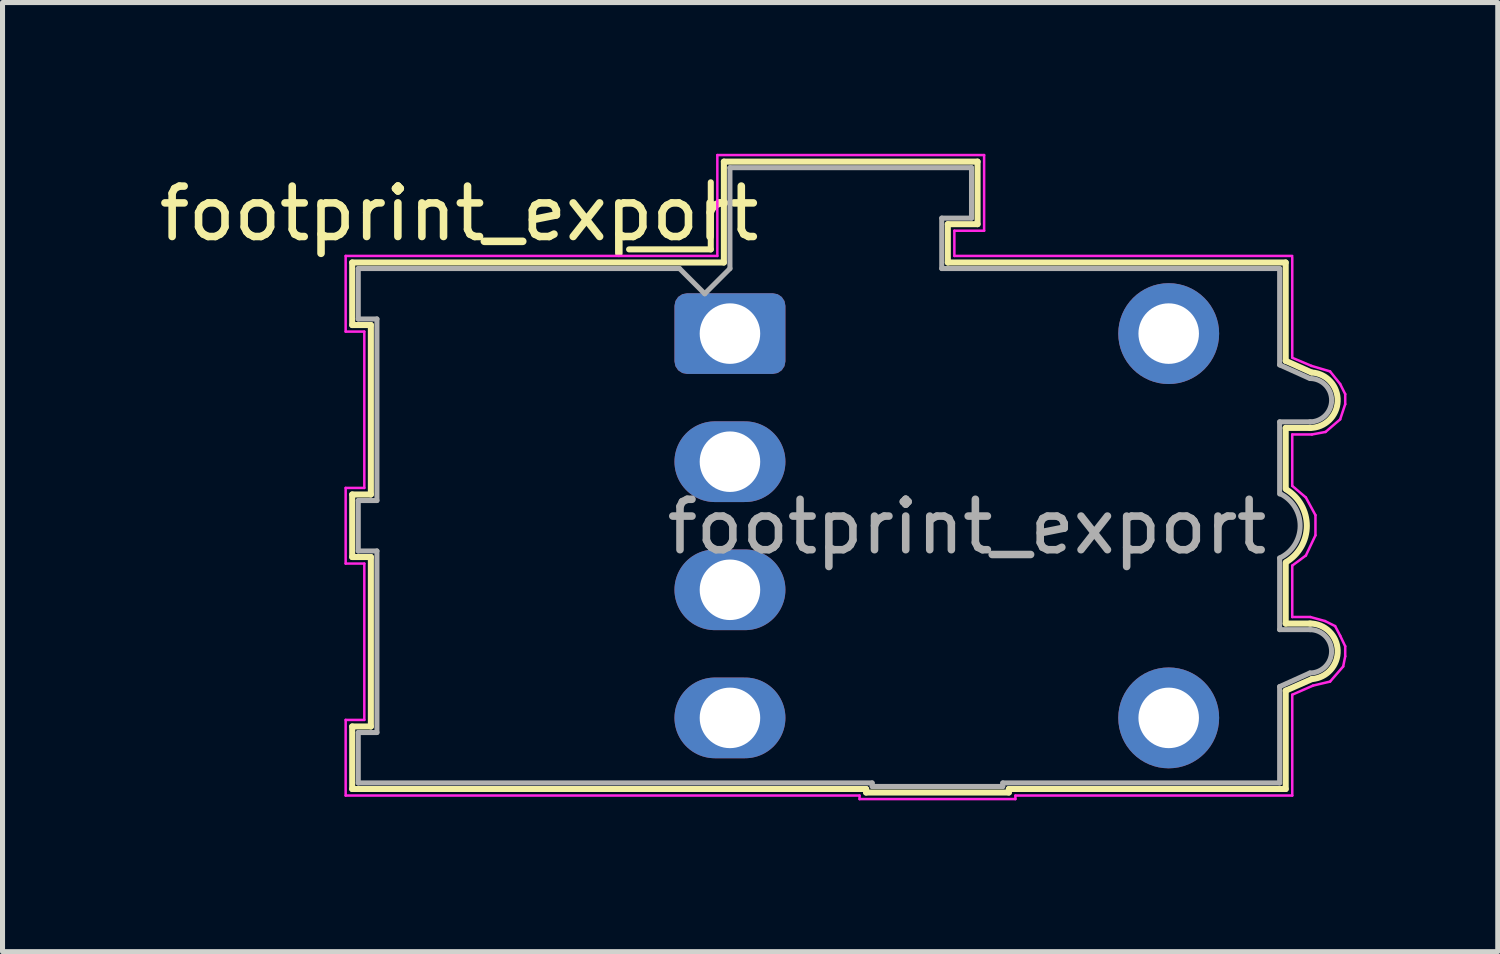
<source format=kicad_pcb>
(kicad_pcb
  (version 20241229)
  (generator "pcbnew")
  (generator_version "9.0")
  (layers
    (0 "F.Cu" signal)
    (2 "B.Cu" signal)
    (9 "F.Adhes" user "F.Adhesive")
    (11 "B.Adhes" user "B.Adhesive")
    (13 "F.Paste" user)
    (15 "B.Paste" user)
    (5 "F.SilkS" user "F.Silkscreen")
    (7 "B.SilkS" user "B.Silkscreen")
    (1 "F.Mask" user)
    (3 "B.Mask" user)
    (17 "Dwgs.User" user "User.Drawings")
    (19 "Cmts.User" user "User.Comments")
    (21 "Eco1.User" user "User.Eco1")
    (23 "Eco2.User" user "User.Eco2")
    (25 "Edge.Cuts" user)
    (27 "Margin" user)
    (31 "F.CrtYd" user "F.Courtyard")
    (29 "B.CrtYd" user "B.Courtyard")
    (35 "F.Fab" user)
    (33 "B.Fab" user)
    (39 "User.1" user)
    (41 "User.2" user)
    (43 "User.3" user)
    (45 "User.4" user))
  (footprint "footprint_export"
    (layer "F.Cu")
    (at 11.424 3.565)
    (property "Reference" "footprint_export" (at -5.37 -2.38 0) (layer "F.SilkS") (effects (font (size 1 1) (thickness 0.15))))
    (attr through_hole)
    (fp_line (start -7.49 -1.41) (end -0.12 -1.41) (stroke (width 0.12) (type solid)) (layer "F.SilkS"))
    (fp_line (start -7.49 -0.17) (end -7.49 -1.41) (stroke (width 0.12) (type solid)) (layer "F.SilkS"))
    (fp_line (start -7.49 3.19) (end -7.12 3.19) (stroke (width 0.12) (type solid)) (layer "F.SilkS"))
    (fp_line (start -7.49 4.43) (end -7.49 3.19) (stroke (width 0.12) (type solid)) (layer "F.SilkS"))
    (fp_line (start -7.49 7.79) (end -7.12 7.79) (stroke (width 0.12) (type solid)) (layer "F.SilkS"))
    (fp_line (start -7.49 9.03) (end -7.49 7.79) (stroke (width 0.12) (type solid)) (layer "F.SilkS"))
    (fp_line (start -7.12 -0.17) (end -7.49 -0.17) (stroke (width 0.12) (type solid)) (layer "F.SilkS"))
    (fp_line (start -7.12 3.19) (end -7.12 -0.17) (stroke (width 0.12) (type solid)) (layer "F.SilkS"))
    (fp_line (start -7.12 4.43) (end -7.49 4.43) (stroke (width 0.12) (type solid)) (layer "F.SilkS"))
    (fp_line (start -7.12 7.79) (end -7.12 4.43) (stroke (width 0.12) (type solid)) (layer "F.SilkS"))
    (fp_line (start -0.38 -3) (end -0.38 -1.67) (stroke (width 0.12) (type solid)) (layer "F.SilkS"))
    (fp_line (start -0.38 -1.67) (end -2 -1.67) (stroke (width 0.12) (type solid)) (layer "F.SilkS"))
    (fp_line (start -0.12 -3.41) (end 4.91 -3.41) (stroke (width 0.12) (type solid)) (layer "F.SilkS"))
    (fp_line (start -0.12 -1.41) (end -0.12 -3.41) (stroke (width 0.12) (type solid)) (layer "F.SilkS"))
    (fp_line (start 2.7 9.03) (end -7.49 9.03) (stroke (width 0.12) (type solid)) (layer "F.SilkS"))
    (fp_line (start 2.7 9.1) (end 2.7 9.03) (stroke (width 0.12) (type solid)) (layer "F.SilkS"))
    (fp_line (start 4.32 -2.17) (end 4.32 -1.41) (stroke (width 0.12) (type solid)) (layer "F.SilkS"))
    (fp_line (start 4.32 -1.41) (end 11.02 -1.41) (stroke (width 0.12) (type solid)) (layer "F.SilkS"))
    (fp_line (start 4.91 -3.41) (end 4.91 -2.17) (stroke (width 0.12) (type solid)) (layer "F.SilkS"))
    (fp_line (start 4.91 -2.17) (end 4.32 -2.17) (stroke (width 0.12) (type solid)) (layer "F.SilkS"))
    (fp_line (start 5.53 9.03) (end 5.53 9.1) (stroke (width 0.12) (type solid)) (layer "F.SilkS"))
    (fp_line (start 5.53 9.1) (end 2.7 9.1) (stroke (width 0.12) (type solid)) (layer "F.SilkS"))
    (fp_line (start 11.02 -1.41) (end 11.02 0.54) (stroke (width 0.12) (type solid)) (layer "F.SilkS"))
    (fp_line (start 11.02 0.54) (end 11.53 0.77) (stroke (width 0.12) (type solid)) (layer "F.SilkS"))
    (fp_line (start 11.02 1.87) (end 11.02 3.08) (stroke (width 0.12) (type solid)) (layer "F.SilkS"))
    (fp_line (start 11.02 4.54) (end 11.02 5.75) (stroke (width 0.12) (type solid)) (layer "F.SilkS"))
    (fp_line (start 11.02 5.75) (end 11.51 5.75) (stroke (width 0.12) (type solid)) (layer "F.SilkS"))
    (fp_line (start 11.02 7.08) (end 11.02 9.03) (stroke (width 0.12) (type solid)) (layer "F.SilkS"))
    (fp_line (start 11.02 9.03) (end 5.53 9.03) (stroke (width 0.12) (type solid)) (layer "F.SilkS"))
    (fp_line (start 11.51 1.87) (end 11.02 1.87) (stroke (width 0.12) (type solid)) (layer "F.SilkS"))
    (fp_line (start 11.54 6.85) (end 11.02 7.08) (stroke (width 0.12) (type solid)) (layer "F.SilkS"))
    (fp_arc (start 11.036042 3.093643) (mid 11.438622 3.813528) (end 11.03 4.53) (stroke (width 0.12) (type solid)) (layer "F.SilkS"))
    (fp_arc (start 11.5 5.748547) (mid 12.05109 6.279987) (end 11.54 6.85) (stroke (width 0.12) (type solid)) (layer "F.SilkS"))
    (fp_arc (start 11.539894 0.771449) (mid 12.049637 1.33996) (end 11.5 1.87) (stroke (width 0.12) (type solid)) (layer "F.SilkS"))
    (fp_line (start -7.62 -1.54) (end -0.25 -1.54) (stroke (width 0.05) (type solid)) (layer "F.CrtYd"))
    (fp_line (start -7.62 -0.04) (end -7.62 -1.54) (stroke (width 0.05) (type solid)) (layer "F.CrtYd"))
    (fp_line (start -7.62 3.06) (end -7.25 3.06) (stroke (width 0.05) (type solid)) (layer "F.CrtYd"))
    (fp_line (start -7.62 4.56) (end -7.62 3.06) (stroke (width 0.05) (type solid)) (layer "F.CrtYd"))
    (fp_line (start -7.62 7.66) (end -7.25 7.66) (stroke (width 0.05) (type solid)) (layer "F.CrtYd"))
    (fp_line (start -7.62 9.16) (end -7.62 7.66) (stroke (width 0.05) (type solid)) (layer "F.CrtYd"))
    (fp_line (start -7.25 -0.04) (end -7.62 -0.04) (stroke (width 0.05) (type solid)) (layer "F.CrtYd"))
    (fp_line (start -7.25 3.06) (end -7.25 -0.04) (stroke (width 0.05) (type solid)) (layer "F.CrtYd"))
    (fp_line (start -7.25 4.56) (end -7.62 4.56) (stroke (width 0.05) (type solid)) (layer "F.CrtYd"))
    (fp_line (start -7.25 7.66) (end -7.25 4.56) (stroke (width 0.05) (type solid)) (layer "F.CrtYd"))
    (fp_line (start -0.25 -3.54) (end 5.04 -3.54) (stroke (width 0.05) (type solid)) (layer "F.CrtYd"))
    (fp_line (start -0.25 -1.54) (end -0.25 -3.54) (stroke (width 0.05) (type solid)) (layer "F.CrtYd"))
    (fp_line (start 2.57 9.16) (end -7.62 9.16) (stroke (width 0.05) (type solid)) (layer "F.CrtYd"))
    (fp_line (start 2.57 9.23) (end 2.57 9.16) (stroke (width 0.05) (type solid)) (layer "F.CrtYd"))
    (fp_line (start 4.45 -1.54) (end 4.45 -2.04) (stroke (width 0.05) (type solid)) (layer "F.CrtYd"))
    (fp_line (start 4.45 -1.54) (end 11.15 -1.54) (stroke (width 0.05) (type solid)) (layer "F.CrtYd"))
    (fp_line (start 5.04 -3.54) (end 5.04 -2.04) (stroke (width 0.05) (type solid)) (layer "F.CrtYd"))
    (fp_line (start 5.04 -2.04) (end 4.45 -2.04) (stroke (width 0.05) (type solid)) (layer "F.CrtYd"))
    (fp_line (start 5.66 9.16) (end 5.66 9.23) (stroke (width 0.05) (type solid)) (layer "F.CrtYd"))
    (fp_line (start 5.66 9.23) (end 2.57 9.23) (stroke (width 0.05) (type solid)) (layer "F.CrtYd"))
    (fp_line (start 11.15 -1.51) (end 11.15 0.47) (stroke (width 0.05) (type solid)) (layer "F.CrtYd"))
    (fp_line (start 11.15 0.48) (end 11.53 0.64) (stroke (width 0.05) (type solid)) (layer "F.CrtYd"))
    (fp_line (start 11.15 2) (end 11.15 3.02) (stroke (width 0.05) (type solid)) (layer "F.CrtYd"))
    (fp_line (start 11.15 4.6) (end 11.15 5.62) (stroke (width 0.05) (type solid)) (layer "F.CrtYd"))
    (fp_line (start 11.15 4.6) (end 11.42 4.4) (stroke (width 0.05) (type solid)) (layer "F.CrtYd"))
    (fp_line (start 11.15 5.62) (end 11.51 5.62) (stroke (width 0.05) (type solid)) (layer "F.CrtYd"))
    (fp_line (start 11.15 7.16) (end 11.15 9.16) (stroke (width 0.05) (type solid)) (layer "F.CrtYd"))
    (fp_line (start 11.15 9.16) (end 5.66 9.16) (stroke (width 0.05) (type solid)) (layer "F.CrtYd"))
    (fp_line (start 11.42 3.25) (end 11.15 3.02) (stroke (width 0.05) (type solid)) (layer "F.CrtYd"))
    (fp_line (start 11.42 4.4) (end 11.61 4) (stroke (width 0.05) (type solid)) (layer "F.CrtYd"))
    (fp_line (start 11.54 2) (end 11.15 2) (stroke (width 0.05) (type solid)) (layer "F.CrtYd"))
    (fp_line (start 11.54 2) (end 11.81 1.95) (stroke (width 0.05) (type solid)) (layer "F.CrtYd"))
    (fp_line (start 11.56 6.98) (end 11.15 7.16) (stroke (width 0.05) (type solid)) (layer "F.CrtYd"))
    (fp_line (start 11.56 6.98) (end 11.9 6.9) (stroke (width 0.05) (type solid)) (layer "F.CrtYd"))
    (fp_line (start 11.61 3.6) (end 11.42 3.25) (stroke (width 0.05) (type solid)) (layer "F.CrtYd"))
    (fp_line (start 11.61 4) (end 11.61 3.6) (stroke (width 0.05) (type solid)) (layer "F.CrtYd"))
    (fp_line (start 11.8 5.7) (end 11.51 5.62) (stroke (width 0.05) (type solid)) (layer "F.CrtYd"))
    (fp_line (start 11.81 1.95) (end 12.1 1.7) (stroke (width 0.05) (type solid)) (layer "F.CrtYd"))
    (fp_line (start 11.9 0.75) (end 11.53 0.64) (stroke (width 0.05) (type solid)) (layer "F.CrtYd"))
    (fp_line (start 11.9 6.9) (end 12.16 6.6) (stroke (width 0.05) (type solid)) (layer "F.CrtYd"))
    (fp_line (start 12 5.8) (end 11.8 5.7) (stroke (width 0.05) (type solid)) (layer "F.CrtYd"))
    (fp_line (start 12.1 1) (end 11.9 0.75) (stroke (width 0.05) (type solid)) (layer "F.CrtYd"))
    (fp_line (start 12.1 1.7) (end 12.2 1.4) (stroke (width 0.05) (type solid)) (layer "F.CrtYd"))
    (fp_line (start 12.1 5.99) (end 12 5.8) (stroke (width 0.05) (type solid)) (layer "F.CrtYd"))
    (fp_line (start 12.16 6.6) (end 12.2 6.4) (stroke (width 0.05) (type solid)) (layer "F.CrtYd"))
    (fp_line (start 12.2 1.2) (end 12.1 1) (stroke (width 0.05) (type solid)) (layer "F.CrtYd"))
    (fp_line (start 12.2 1.4) (end 12.2 1.2) (stroke (width 0.05) (type solid)) (layer "F.CrtYd"))
    (fp_line (start 12.2 6.2) (end 12.1 5.99) (stroke (width 0.05) (type solid)) (layer "F.CrtYd"))
    (fp_line (start 12.2 6.4) (end 12.2 6.2) (stroke (width 0.05) (type solid)) (layer "F.CrtYd"))
    (fp_line (start -7.37 -1.29) (end -7.37 -0.29) (stroke (width 0.1) (type solid)) (layer "F.Fab"))
    (fp_line (start -7.37 -0.29) (end -7 -0.29) (stroke (width 0.1) (type solid)) (layer "F.Fab"))
    (fp_line (start -7.37 3.31) (end -7.37 4.31) (stroke (width 0.1) (type solid)) (layer "F.Fab"))
    (fp_line (start -7.37 4.31) (end -7 4.31) (stroke (width 0.1) (type solid)) (layer "F.Fab"))
    (fp_line (start -7.37 7.91) (end -7.37 8.91) (stroke (width 0.1) (type solid)) (layer "F.Fab"))
    (fp_line (start -7.37 8.91) (end 2.82 8.91) (stroke (width 0.1) (type solid)) (layer "F.Fab"))
    (fp_line (start -7 -0.29) (end -7 3.31) (stroke (width 0.1) (type solid)) (layer "F.Fab"))
    (fp_line (start -7 3.31) (end -7.37 3.31) (stroke (width 0.1) (type solid)) (layer "F.Fab"))
    (fp_line (start -7 4.31) (end -7 7.91) (stroke (width 0.1) (type solid)) (layer "F.Fab"))
    (fp_line (start -7 7.91) (end -7.37 7.91) (stroke (width 0.1) (type solid)) (layer "F.Fab"))
    (fp_line (start -1 -1.29) (end -7.37 -1.29) (stroke (width 0.1) (type solid)) (layer "F.Fab"))
    (fp_line (start -1 -1.29) (end -0.5 -0.79) (stroke (width 0.1) (type solid)) (layer "F.Fab"))
    (fp_line (start -0.5 -0.79) (end 0 -1.29) (stroke (width 0.1) (type solid)) (layer "F.Fab"))
    (fp_line (start 0 -3.29) (end 0 -1.29) (stroke (width 0.1) (type solid)) (layer "F.Fab"))
    (fp_line (start 2.82 8.91) (end 2.82 8.98) (stroke (width 0.1) (type solid)) (layer "F.Fab"))
    (fp_line (start 2.82 8.98) (end 5.41 8.98) (stroke (width 0.1) (type solid)) (layer "F.Fab"))
    (fp_line (start 4.2 -2.29) (end 4.79 -2.29) (stroke (width 0.1) (type solid)) (layer "F.Fab"))
    (fp_line (start 4.2 -1.29) (end 4.2 -2.29) (stroke (width 0.1) (type solid)) (layer "F.Fab"))
    (fp_line (start 4.79 -3.29) (end 0 -3.29) (stroke (width 0.1) (type solid)) (layer "F.Fab"))
    (fp_line (start 4.79 -3.29) (end 4.79 -2.29) (stroke (width 0.1) (type solid)) (layer "F.Fab"))
    (fp_line (start 5.41 8.91) (end 10.9 8.91) (stroke (width 0.1) (type solid)) (layer "F.Fab"))
    (fp_line (start 5.41 8.98) (end 5.41 8.91) (stroke (width 0.1) (type solid)) (layer "F.Fab"))
    (fp_line (start 10.9 -1.29) (end 4.2 -1.29) (stroke (width 0.1) (type solid)) (layer "F.Fab"))
    (fp_line (start 10.9 0.62) (end 10.9 -1.29) (stroke (width 0.1) (type solid)) (layer "F.Fab"))
    (fp_line (start 10.9 1.75) (end 11.51 1.75) (stroke (width 0.1) (type solid)) (layer "F.Fab"))
    (fp_line (start 10.9 3.18) (end 10.9 1.75) (stroke (width 0.1) (type solid)) (layer "F.Fab"))
    (fp_line (start 10.9 5.87) (end 10.9 4.45) (stroke (width 0.1) (type solid)) (layer "F.Fab"))
    (fp_line (start 10.9 7) (end 11.5 6.73) (stroke (width 0.1) (type solid)) (layer "F.Fab"))
    (fp_line (start 10.9 8.91) (end 10.9 7) (stroke (width 0.1) (type solid)) (layer "F.Fab"))
    (fp_line (start 11.5 0.89) (end 10.9 0.62) (stroke (width 0.1) (type solid)) (layer "F.Fab"))
    (fp_line (start 11.51 5.87) (end 10.9 5.87) (stroke (width 0.1) (type solid)) (layer "F.Fab"))
    (fp_arc (start 10.912068 3.175797) (mid 11.306792 3.816694) (end 10.9 4.45) (stroke (width 0.1) (type solid)) (layer "F.Fab"))
    (fp_arc (start 11.5 5.87) (mid 11.93 6.3) (end 11.5 6.73) (stroke (width 0.1) (type solid)) (layer "F.Fab"))
    (fp_arc (start 11.509756 0.890111) (mid 11.929972 1.324878) (end 11.5 1.75) (stroke (width 0.1) (type solid)) (layer "F.Fab"))
    (fp_text user "${REFERENCE}" (at 4.7 3.83 0) (layer "F.Fab") (effects (font (size 1 1) (thickness 0.15))))
    (pad "1" thru_hole roundrect (at 0 0) (size 2.2 1.6) (drill 1.2) (layers "*.Cu" "*.Mask") (roundrect_rratio 0.156))
    (pad "2" thru_hole oval (at 0 2.54) (size 2.2 1.6) (drill 1.2) (layers "*.Cu" "*.Mask"))
    (pad "3" thru_hole oval (at 0 5.08) (size 2.2 1.6) (drill 1.2) (layers "*.Cu" "*.Mask"))
    (pad "4" thru_hole oval (at 0 7.62) (size 2.2 1.6) (drill 1.2) (layers "*.Cu" "*.Mask"))
    (pad "5" thru_hole circle (at 8.7 7.62) (size 2 2) (drill 1.2) (layers "*.Cu" "*.Mask"))
    (pad "8" thru_hole circle (at 8.7 0) (size 2 2) (drill 1.2) (layers "*.Cu" "*.Mask")))
  (gr_rect
    (start -3 -3)
    (end 26.649 15.82)
    (stroke (width 0.1) (type default))
    (fill no)
    (layer "Edge.Cuts")))
</source>
